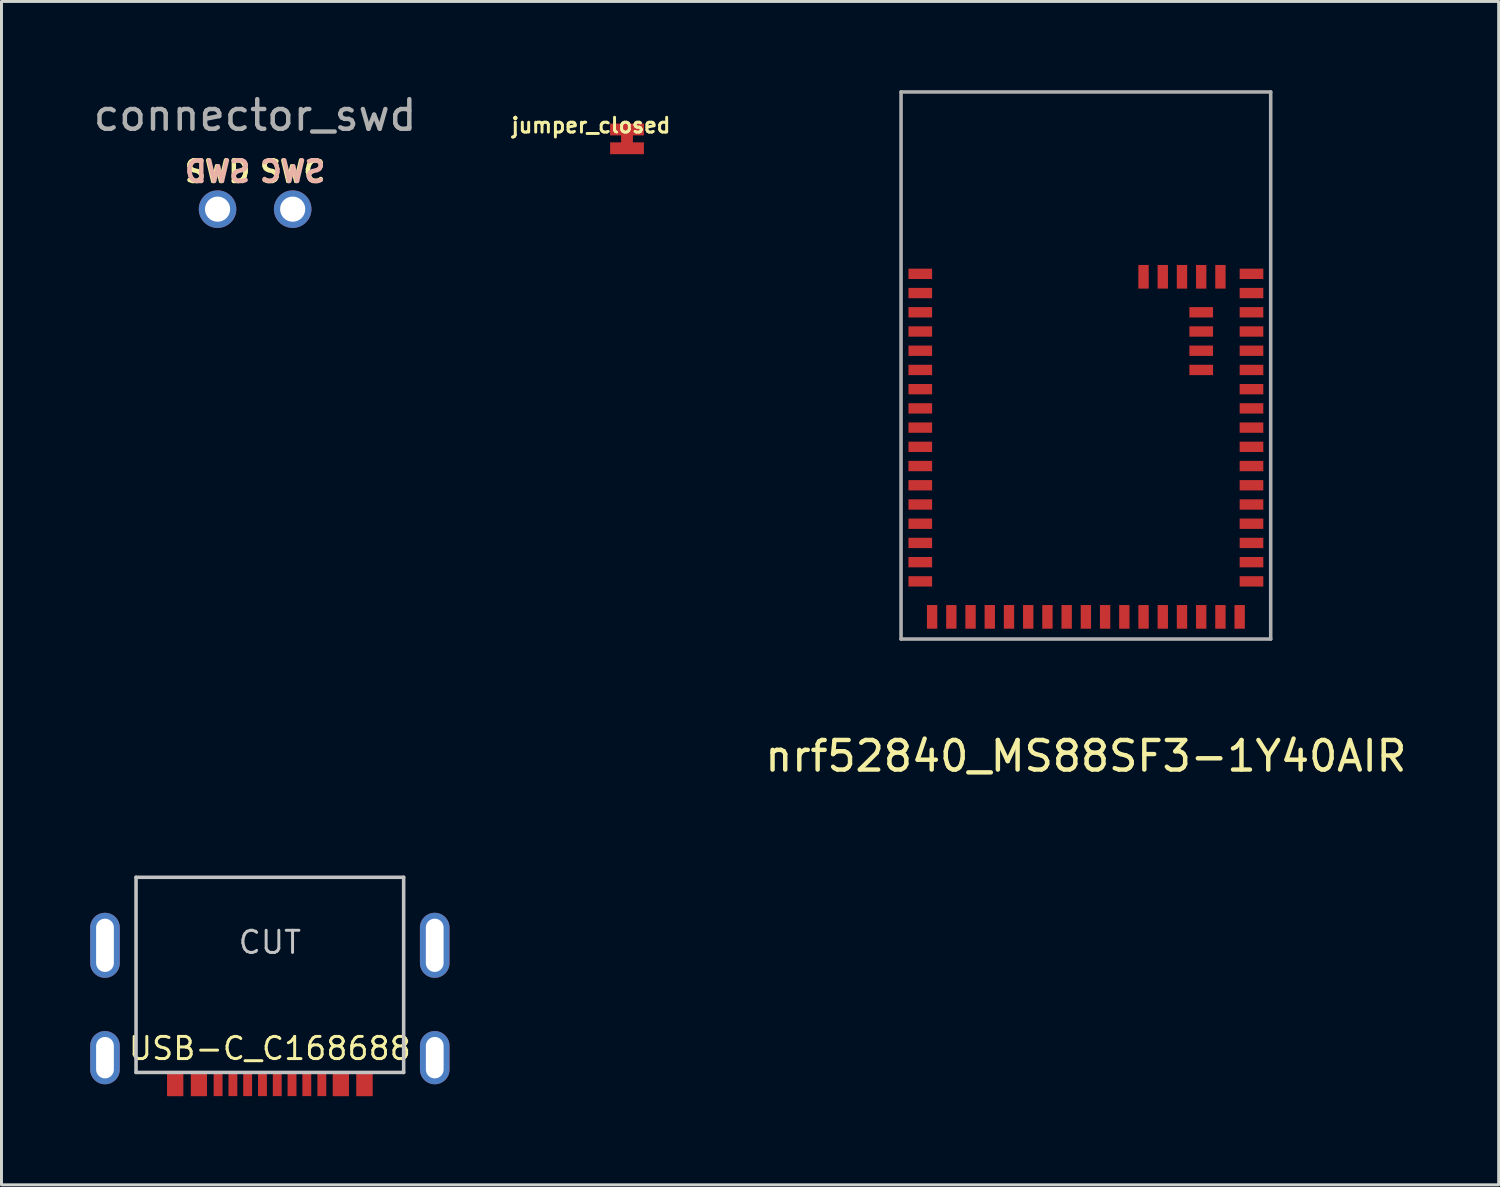
<source format=kicad_pcb>
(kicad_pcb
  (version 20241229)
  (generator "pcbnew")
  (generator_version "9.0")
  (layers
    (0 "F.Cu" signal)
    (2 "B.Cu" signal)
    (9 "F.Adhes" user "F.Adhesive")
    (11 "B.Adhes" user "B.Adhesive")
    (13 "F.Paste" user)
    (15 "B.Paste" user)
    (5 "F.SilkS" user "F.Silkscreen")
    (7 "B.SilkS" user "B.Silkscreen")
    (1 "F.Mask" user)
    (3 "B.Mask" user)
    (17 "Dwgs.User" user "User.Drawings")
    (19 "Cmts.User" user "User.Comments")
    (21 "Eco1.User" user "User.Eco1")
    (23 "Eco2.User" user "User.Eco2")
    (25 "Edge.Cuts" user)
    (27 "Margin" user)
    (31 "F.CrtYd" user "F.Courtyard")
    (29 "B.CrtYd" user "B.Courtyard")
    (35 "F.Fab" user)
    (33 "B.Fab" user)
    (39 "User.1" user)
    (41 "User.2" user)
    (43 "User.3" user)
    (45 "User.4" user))
  (footprint "USB-C_C168688"
    (layer "F.Cu")
    (at 6.075 26.616)
    (property "Reference" "USB-C_C168688" (at 0 5.789 0) (layer "F.SilkS") (effects (font (size 0.75 0.75) (thickness 0.1))))
    (attr through_hole)
    (fp_line (start -4.525 0) (end -4.525 6.6) (stroke (width 0.12) (type solid)) (layer "Dwgs.User"))
    (fp_line (start -4.525 0) (end 4.525 0) (stroke (width 0.12) (type solid)) (layer "Dwgs.User"))
    (fp_line (start -4.525 6.6) (end 4.525 6.6) (stroke (width 0.12) (type solid)) (layer "Dwgs.User"))
    (fp_line (start 4.525 0) (end 4.525 6.6) (stroke (width 0.12) (type solid)) (layer "Dwgs.User"))
    (fp_text user "CUT" (at 0 2.2 0) (layer "Dwgs.User") (effects (font (size 0.75 0.75) (thickness 0.1))))
    (pad "A1" smd rect (at 3.2 7) (size 0.54 0.8) (layers "F.Cu" "F.Mask" "F.Paste"))
    (pad "A4" smd rect (at 2.4 7) (size 0.54 0.8) (layers "F.Cu" "F.Mask" "F.Paste"))
    (pad "A5" smd rect (at 1.25 7) (size 0.3 0.8) (layers "F.Cu" "F.Mask" "F.Paste"))
    (pad "A6" smd rect (at 0.25 7) (size 0.3 0.8) (layers "F.Cu" "F.Mask" "F.Paste"))
    (pad "A7" smd rect (at -0.25 7) (size 0.3 0.8) (layers "F.Cu" "F.Mask" "F.Paste"))
    (pad "A8" smd rect (at -1.25 7) (size 0.3 0.8) (layers "F.Cu" "F.Mask" "F.Paste"))
    (pad "A9" smd rect (at -2.4 7) (size 0.54 0.8) (layers "F.Cu" "F.Mask" "F.Paste"))
    (pad "A12" smd rect (at -3.2 7) (size 0.54 0.8) (layers "F.Cu" "F.Mask" "F.Paste"))
    (pad "B1" smd rect (at -3.2 7) (size 0.54 0.8) (layers "F.Cu" "F.Mask" "F.Paste"))
    (pad "B4" smd rect (at -2.4 7) (size 0.54 0.8) (layers "F.Cu" "F.Mask" "F.Paste"))
    (pad "B5" smd rect (at -1.75 7) (size 0.3 0.8) (layers "F.Cu" "F.Mask" "F.Paste"))
    (pad "B6" smd rect (at -0.75 7) (size 0.3 0.8) (layers "F.Cu" "F.Mask" "F.Paste"))
    (pad "B7" smd rect (at 0.75 7) (size 0.3 0.8) (layers "F.Cu" "F.Mask" "F.Paste"))
    (pad "B8" smd rect (at 1.758 7) (size 0.3 0.8) (layers "F.Cu" "F.Mask" "F.Paste"))
    (pad "B9" smd rect (at 2.4 7) (size 0.54 0.8) (layers "F.Cu" "F.Mask" "F.Paste"))
    (pad "B12" smd rect (at 3.2 7) (size 0.54 0.8) (layers "F.Cu" "F.Mask" "F.Paste"))
    (pad "S1" thru_hole oval (at -5.575 2.3) (size 1 2.2) (drill oval 0.6 1.8) (layers "*.Cu" "*.Mask" "F.Paste"))
    (pad "S1" thru_hole oval (at -5.575 6.1) (size 1 1.8) (drill oval 0.6 1.4) (layers "*.Cu" "*.Mask" "F.Paste"))
    (pad "S1" thru_hole oval (at 5.575 2.3) (size 1 2.2) (drill oval 0.6 1.8) (layers "*.Cu" "*.Mask" "F.Paste"))
    (pad "S1" thru_hole oval (at 5.576 6.1) (size 1 1.8) (drill oval 0.6 1.4) (layers "*.Cu" "*.Mask" "F.Paste")))
  (footprint "connector_swd"
    (layer "F.Cu")
    (at 5.577 4.023)
    (property "Reference" "connector_swd" (at 0 -3.175 0) (layer "F.Fab") (effects (font (size 1 1) (thickness 0.15))))
    (attr through_hole)
    (fp_text user "SWC" (at 1.27 -1.27 180) (layer "F.SilkS") (effects (font (size 0.7 0.7) (thickness 0.15))))
    (fp_text user "SWD" (at -1.27 -1.27 0) (unlocked yes) (layer "F.SilkS") (effects (font (size 0.7 0.7) (thickness 0.15))))
    (fp_text user "SWD" (at -1.27 -1.27 0) (unlocked yes) (layer "B.SilkS") (effects (font (size 0.7 0.7) (thickness 0.15)) (justify mirror)))
    (fp_text user "SWC" (at 1.27 -1.27 180) (layer "B.SilkS") (effects (font (size 0.7 0.7) (thickness 0.15)) (justify mirror)))
    (pad "1" thru_hole circle (at -1.27 0 90) (size 1.27 1.27) (drill 0.85) (layers "*.Cu" "*.Mask"))
    (pad "2" thru_hole circle (at 1.27 0) (size 1.27 1.27) (drill 0.85) (layers "*.Cu" "*.Mask")))
  (footprint "nrf52840_MS88SF3-1Y40AIR"
    (layer "F.Cu")
    (at 33.67 9.31)
    (property "Reference" "nrf52840_MS88SF3-1Y40AIR" (at 0 13.208 0) (layer "F.SilkS") (effects (font (size 1 1) (thickness 0.15))))
    (attr through_hole)
    (fp_line (start -6.25 -9.25) (end -6.25 9.25) (stroke (width 0.12) (type solid)) (layer "F.Fab"))
    (fp_line (start 6.25 -9.25) (end -6.25 -9.25) (stroke (width 0.12) (type solid)) (layer "F.Fab"))
    (fp_line (start 6.25 -9.25) (end 6.25 9.25) (stroke (width 0.12) (type solid)) (layer "F.Fab"))
    (fp_line (start 6.25 9.25) (end -6.25 9.25) (stroke (width 0.12) (type solid)) (layer "F.Fab"))
    (pad "1" smd rect (at -5.6 -3.1) (size 0.8 0.35) (layers "F.Cu" "F.Mask" "F.Paste"))
    (pad "2" smd rect (at -5.6 -2.45) (size 0.8 0.35) (layers "F.Cu" "F.Mask" "F.Paste"))
    (pad "3" smd rect (at -5.6 -1.8) (size 0.8 0.35) (layers "F.Cu" "F.Mask" "F.Paste"))
    (pad "4" smd rect (at -5.6 -1.15) (size 0.8 0.35) (layers "F.Cu" "F.Mask" "F.Paste"))
    (pad "5" smd rect (at -5.6 -0.5) (size 0.8 0.35) (layers "F.Cu" "F.Mask" "F.Paste"))
    (pad "6" smd rect (at -5.6 0.15) (size 0.8 0.35) (layers "F.Cu" "F.Mask" "F.Paste"))
    (pad "7" smd rect (at -5.6 0.8) (size 0.8 0.35) (layers "F.Cu" "F.Mask" "F.Paste"))
    (pad "8" smd rect (at -5.6 1.45) (size 0.8 0.35) (layers "F.Cu" "F.Mask" "F.Paste"))
    (pad "9" smd rect (at -5.6 2.1) (size 0.8 0.35) (layers "F.Cu" "F.Mask" "F.Paste"))
    (pad "10" smd rect (at -5.6 2.75) (size 0.8 0.35) (layers "F.Cu" "F.Mask" "F.Paste"))
    (pad "11" smd rect (at -5.6 3.4) (size 0.8 0.35) (layers "F.Cu" "F.Mask" "F.Paste"))
    (pad "12" smd rect (at -5.6 4.05) (size 0.8 0.35) (layers "F.Cu" "F.Mask" "F.Paste"))
    (pad "13" smd rect (at -5.6 4.7) (size 0.8 0.35) (layers "F.Cu" "F.Mask" "F.Paste"))
    (pad "14" smd rect (at -5.6 5.35) (size 0.8 0.35) (layers "F.Cu" "F.Mask" "F.Paste"))
    (pad "15" smd rect (at -5.6 6) (size 0.8 0.35) (layers "F.Cu" "F.Mask" "F.Paste"))
    (pad "16" smd rect (at -5.6 6.65) (size 0.8 0.35) (layers "F.Cu" "F.Mask" "F.Paste"))
    (pad "17" smd rect (at -5.6 7.3) (size 0.8 0.35) (layers "F.Cu" "F.Mask" "F.Paste"))
    (pad "18" smd rect (at -5.2 8.5 270) (size 0.8 0.35) (layers "F.Cu" "F.Mask" "F.Paste"))
    (pad "19" smd rect (at -4.55 8.5 270) (size 0.8 0.35) (layers "F.Cu" "F.Mask" "F.Paste"))
    (pad "20" smd rect (at -3.9 8.5 270) (size 0.8 0.35) (layers "F.Cu" "F.Mask" "F.Paste"))
    (pad "21" smd rect (at -3.25 8.5 270) (size 0.8 0.35) (layers "F.Cu" "F.Mask" "F.Paste"))
    (pad "22" smd rect (at -2.6 8.5 270) (size 0.8 0.35) (layers "F.Cu" "F.Mask" "F.Paste"))
    (pad "23" smd rect (at -1.95 8.5 270) (size 0.8 0.35) (layers "F.Cu" "F.Mask" "F.Paste"))
    (pad "24" smd rect (at -1.3 8.5 270) (size 0.8 0.35) (layers "F.Cu" "F.Mask" "F.Paste"))
    (pad "25" smd rect (at -0.65 8.5 270) (size 0.8 0.35) (layers "F.Cu" "F.Mask" "F.Paste"))
    (pad "26" smd rect (at 0 8.5 270) (size 0.8 0.35) (layers "F.Cu" "F.Mask" "F.Paste"))
    (pad "27" smd rect (at 0.65 8.5 270) (size 0.8 0.35) (layers "F.Cu" "F.Mask" "F.Paste"))
    (pad "28" smd rect (at 1.3 8.5 270) (size 0.8 0.35) (layers "F.Cu" "F.Mask" "F.Paste"))
    (pad "29" smd rect (at 1.95 8.5 270) (size 0.8 0.35) (layers "F.Cu" "F.Mask" "F.Paste"))
    (pad "30" smd rect (at 2.6 8.5 270) (size 0.8 0.35) (layers "F.Cu" "F.Mask" "F.Paste"))
    (pad "31" smd rect (at 3.25 8.5 270) (size 0.8 0.35) (layers "F.Cu" "F.Mask" "F.Paste"))
    (pad "32" smd rect (at 3.9 8.5 270) (size 0.8 0.35) (layers "F.Cu" "F.Mask" "F.Paste"))
    (pad "33" smd rect (at 4.55 8.5 270) (size 0.8 0.35) (layers "F.Cu" "F.Mask" "F.Paste"))
    (pad "34" smd rect (at 5.2 8.5 270) (size 0.8 0.35) (layers "F.Cu" "F.Mask" "F.Paste"))
    (pad "35" smd rect (at 5.6 7.3) (size 0.8 0.35) (layers "F.Cu" "F.Mask" "F.Paste"))
    (pad "36" smd rect (at 5.6 6.65) (size 0.8 0.35) (layers "F.Cu" "F.Mask" "F.Paste"))
    (pad "37" smd rect (at 5.6 6) (size 0.8 0.35) (layers "F.Cu" "F.Mask" "F.Paste"))
    (pad "38" smd rect (at 5.6 5.35) (size 0.8 0.35) (layers "F.Cu" "F.Mask" "F.Paste"))
    (pad "39" smd rect (at 5.6 4.7) (size 0.8 0.35) (layers "F.Cu" "F.Mask" "F.Paste"))
    (pad "40" smd rect (at 5.6 4.05) (size 0.8 0.35) (layers "F.Cu" "F.Mask" "F.Paste"))
    (pad "41" smd rect (at 5.6 3.4) (size 0.8 0.35) (layers "F.Cu" "F.Mask" "F.Paste"))
    (pad "42" smd rect (at 5.6 2.75) (size 0.8 0.35) (layers "F.Cu" "F.Mask" "F.Paste"))
    (pad "43" smd rect (at 5.6 2.1) (size 0.8 0.35) (layers "F.Cu" "F.Mask" "F.Paste"))
    (pad "44" smd rect (at 5.6 1.45) (size 0.8 0.35) (layers "F.Cu" "F.Mask" "F.Paste"))
    (pad "45" smd rect (at 5.6 0.8) (size 0.8 0.35) (layers "F.Cu" "F.Mask" "F.Paste"))
    (pad "46" smd rect (at 5.6 0.15) (size 0.8 0.35) (layers "F.Cu" "F.Mask" "F.Paste"))
    (pad "47" smd rect (at 5.6 -0.5) (size 0.8 0.35) (layers "F.Cu" "F.Mask" "F.Paste"))
    (pad "48" smd rect (at 5.6 -1.15) (size 0.8 0.35) (layers "F.Cu" "F.Mask" "F.Paste"))
    (pad "49" smd rect (at 5.6 -1.8) (size 0.8 0.35) (layers "F.Cu" "F.Mask" "F.Paste"))
    (pad "50" smd rect (at 5.6 -2.45) (size 0.8 0.35) (layers "F.Cu" "F.Mask" "F.Paste"))
    (pad "51" smd rect (at 5.6 -3.1) (size 0.8 0.35) (layers "F.Cu" "F.Mask" "F.Paste"))
    (pad "52" smd rect (at 4.55 -3 270) (size 0.8 0.35) (layers "F.Cu" "F.Mask" "F.Paste"))
    (pad "53" smd rect (at 3.9 -3 270) (size 0.8 0.35) (layers "F.Cu" "F.Mask" "F.Paste"))
    (pad "54" smd rect (at 3.25 -3 270) (size 0.8 0.35) (layers "F.Cu" "F.Mask" "F.Paste"))
    (pad "55" smd rect (at 2.6 -3 270) (size 0.8 0.35) (layers "F.Cu" "F.Mask" "F.Paste"))
    (pad "56" smd rect (at 1.95 -3 270) (size 0.8 0.35) (layers "F.Cu" "F.Mask" "F.Paste"))
    (pad "57" smd rect (at 3.9 -1.8) (size 0.8 0.35) (layers "F.Cu" "F.Mask" "F.Paste"))
    (pad "58" smd rect (at 3.9 -1.15) (size 0.8 0.35) (layers "F.Cu" "F.Mask" "F.Paste"))
    (pad "59" smd rect (at 3.9 -0.5) (size 0.8 0.35) (layers "F.Cu" "F.Mask" "F.Paste"))
    (pad "60" smd rect (at 3.9 0.15) (size 0.8 0.35) (layers "F.Cu" "F.Mask" "F.Paste")))
  (footprint "jumper_closed"
    (layer "F.Cu")
    (at 18.153 0.25)
    (property "Reference" "jumper_closed" (at -1.219 0.94 180) (layer "F.SilkS") (effects (font (size 0.5 0.5) (thickness 0.1))))
    (attr smd)
    (pad "" smd rect (at 0 1.397 180) (size 0.4 1) (layers "F.Cu" "F.Mask" "F.Paste"))
    (pad "1" smd rect (at 0 1.714 90) (size 0.4 1.143) (layers "F.Cu" "F.Mask" "F.Paste"))
    (pad "2" smd rect (at 0 1.079 90) (size 0.4 1.143) (layers "F.Cu" "F.Mask" "F.Paste")))
  (gr_rect
    (start -3 -3)
    (end 47.629 37.016)
    (stroke (width 0.1) (type default))
    (fill no)
    (layer "Edge.Cuts")))
</source>
